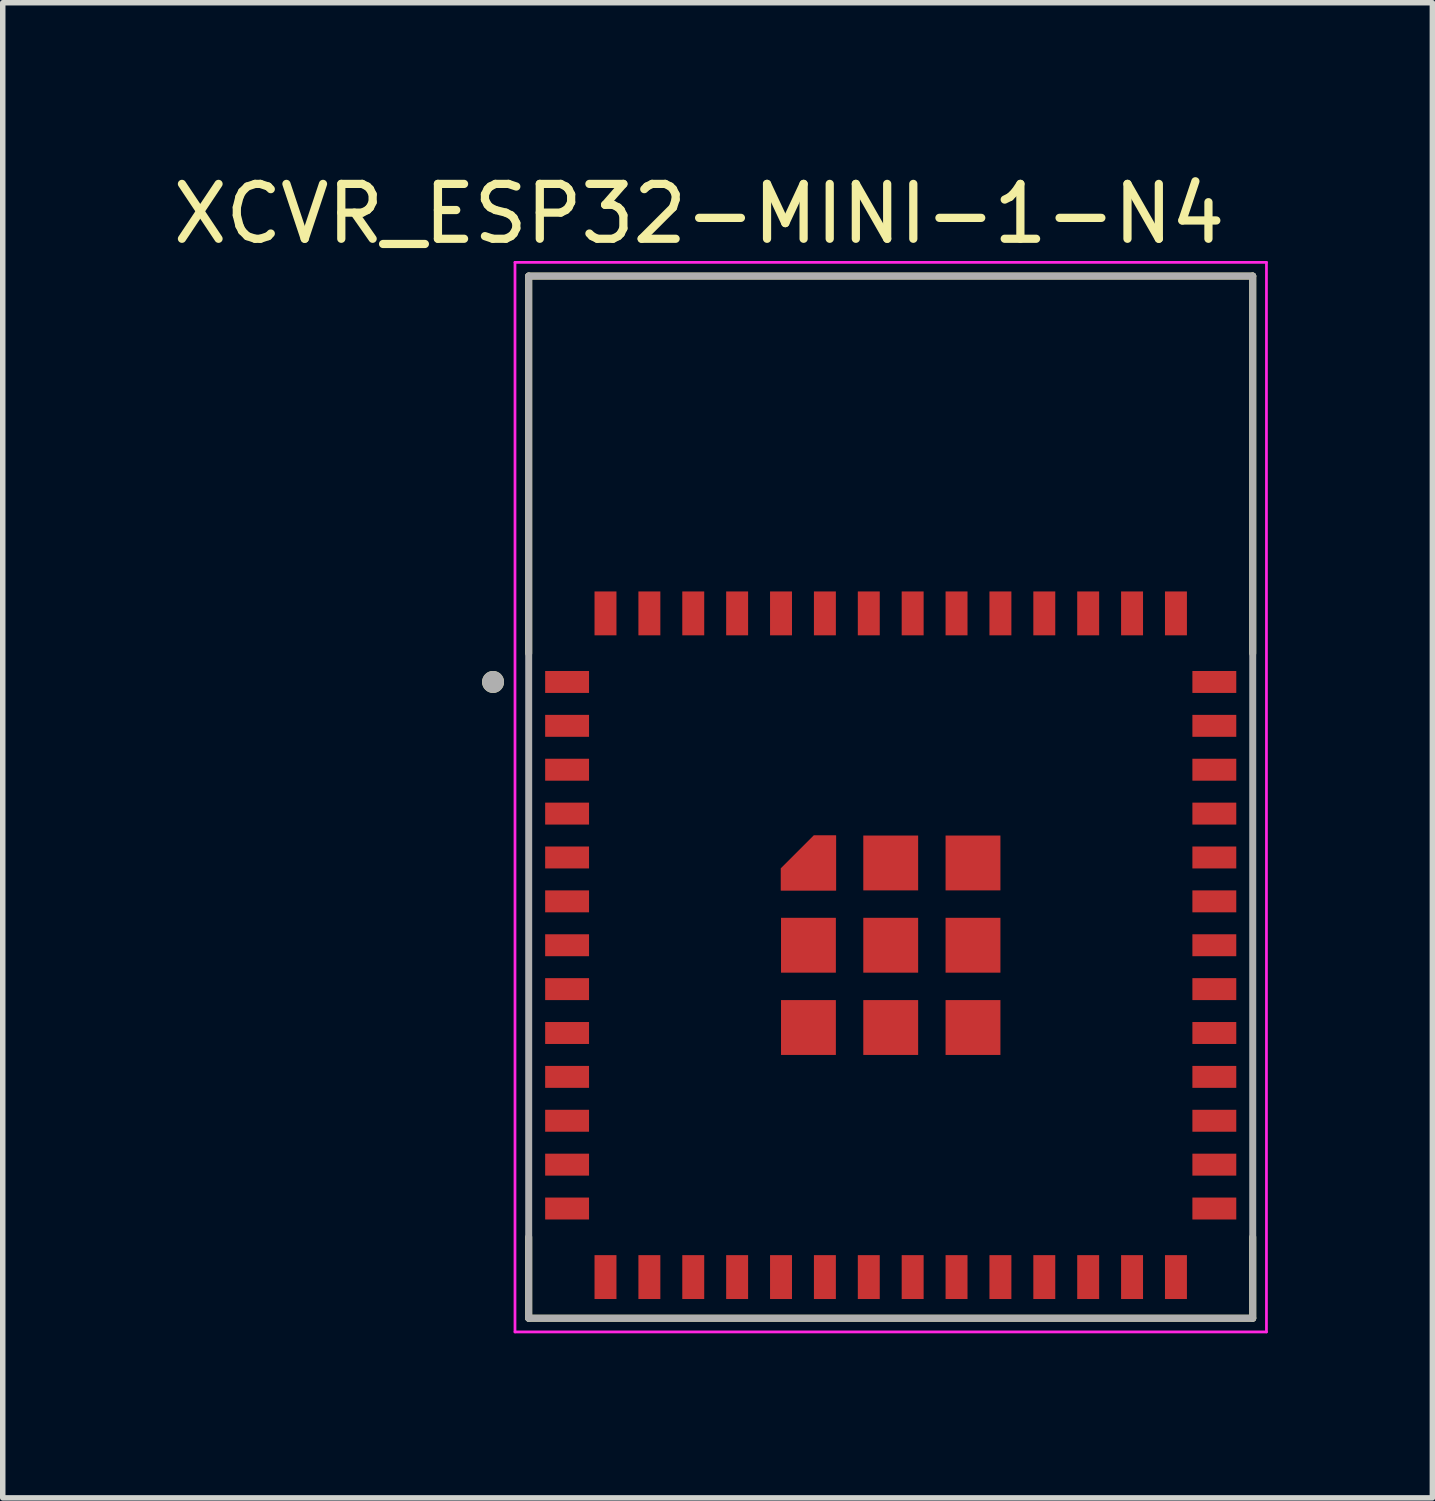
<source format=kicad_pcb>
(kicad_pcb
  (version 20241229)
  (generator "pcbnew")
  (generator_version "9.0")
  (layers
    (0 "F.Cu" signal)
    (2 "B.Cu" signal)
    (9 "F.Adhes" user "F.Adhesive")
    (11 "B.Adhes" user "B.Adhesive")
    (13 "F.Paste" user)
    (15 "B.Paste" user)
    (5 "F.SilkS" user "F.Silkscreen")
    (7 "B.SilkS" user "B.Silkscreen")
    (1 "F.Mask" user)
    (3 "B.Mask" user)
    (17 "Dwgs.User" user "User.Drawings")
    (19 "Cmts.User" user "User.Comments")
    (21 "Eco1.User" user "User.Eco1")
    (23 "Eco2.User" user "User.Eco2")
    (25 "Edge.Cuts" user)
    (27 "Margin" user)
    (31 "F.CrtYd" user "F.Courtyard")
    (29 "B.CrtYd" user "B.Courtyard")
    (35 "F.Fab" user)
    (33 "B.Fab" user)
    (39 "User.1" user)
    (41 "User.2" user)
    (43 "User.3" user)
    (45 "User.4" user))
  (footprint "XCVR_ESP32-MINI-1-N4"
    (layer "F.Cu")
    (at 13.189 14.183)
    (property "Reference" "XCVR_ESP32-MINI-1-N4" (at -3.493 -13.335 0) (layer "F.SilkS") (effects (font (size 1 1) (thickness 0.15))))
    (attr smd)
    (fp_poly (pts (xy -2.1 -0.9) (xy -0.9 -0.9) (xy -0.9 -2.1) (xy -1.45 -2.1) (xy -2.1 -1.45)) (stroke (width 0.01) (type solid)) (fill yes) (layer "F.Mask"))
    (fp_line (start -6.6 -12.2) (end -6.6 -5.32) (stroke (width 0.127) (type solid)) (layer "F.SilkS"))
    (fp_line (start -6.6 6.8) (end -6.6 5.32) (stroke (width 0.127) (type solid)) (layer "F.SilkS"))
    (fp_line (start -6.6 6.8) (end 6.6 6.8) (stroke (width 0.127) (type solid)) (layer "F.SilkS"))
    (fp_line (start 6.6 -12.2) (end -6.6 -12.2) (stroke (width 0.127) (type solid)) (layer "F.SilkS"))
    (fp_line (start 6.6 -5.32) (end 6.6 -12.2) (stroke (width 0.127) (type solid)) (layer "F.SilkS"))
    (fp_line (start 6.6 6.8) (end 6.6 5.32) (stroke (width 0.127) (type solid)) (layer "F.SilkS"))
    (fp_circle (center -7.25 -4.8) (end -7.15 -4.8) (stroke (width 0.2) (type solid)) (fill no) (layer "F.SilkS"))
    (fp_poly (pts (xy -2 -1) (xy -1 -1) (xy -1 -1.02) (xy -1 -2) (xy -1.4 -2) (xy -2 -1.4)) (stroke (width 0.01) (type solid)) (fill yes) (layer "F.Paste"))
    (fp_line (start -6.85 -12.45) (end -6.85 7.05) (stroke (width 0.05) (type solid)) (layer "F.CrtYd"))
    (fp_line (start -6.85 7.05) (end 6.85 7.05) (stroke (width 0.05) (type solid)) (layer "F.CrtYd"))
    (fp_line (start 6.85 -12.45) (end -6.85 -12.45) (stroke (width 0.05) (type solid)) (layer "F.CrtYd"))
    (fp_line (start 6.85 7.05) (end 6.85 -12.45) (stroke (width 0.05) (type solid)) (layer "F.CrtYd"))
    (fp_line (start -6.6 -12.2) (end -6.6 6.8) (stroke (width 0.127) (type solid)) (layer "F.Fab"))
    (fp_line (start -6.6 6.8) (end 6.6 6.8) (stroke (width 0.127) (type solid)) (layer "F.Fab"))
    (fp_line (start 6.6 -12.2) (end -6.6 -12.2) (stroke (width 0.127) (type solid)) (layer "F.Fab"))
    (fp_line (start 6.6 6.8) (end 6.6 -12.2) (stroke (width 0.127) (type solid)) (layer "F.Fab"))
    (fp_circle (center -7.25 -4.8) (end -7.15 -4.8) (stroke (width 0.2) (type solid)) (fill no) (layer "F.Fab"))
    (pad "1" smd rect (at -5.9 -4.8) (size 0.8 0.4) (layers "F.Cu" "F.Mask" "F.Paste"))
    (pad "2" smd rect (at -5.9 -4) (size 0.8 0.4) (layers "F.Cu" "F.Mask" "F.Paste"))
    (pad "3" smd rect (at -5.9 -3.2) (size 0.8 0.4) (layers "F.Cu" "F.Mask" "F.Paste"))
    (pad "4" smd rect (at -5.9 -2.4) (size 0.8 0.4) (layers "F.Cu" "F.Mask" "F.Paste"))
    (pad "5" smd rect (at -5.9 -1.6) (size 0.8 0.4) (layers "F.Cu" "F.Mask" "F.Paste"))
    (pad "6" smd rect (at -5.9 -0.8) (size 0.8 0.4) (layers "F.Cu" "F.Mask" "F.Paste"))
    (pad "7" smd rect (at -5.9 0) (size 0.8 0.4) (layers "F.Cu" "F.Mask" "F.Paste"))
    (pad "8" smd rect (at -5.9 0.8) (size 0.8 0.4) (layers "F.Cu" "F.Mask" "F.Paste"))
    (pad "9" smd rect (at -5.9 1.6) (size 0.8 0.4) (layers "F.Cu" "F.Mask" "F.Paste"))
    (pad "10" smd rect (at -5.9 2.4) (size 0.8 0.4) (layers "F.Cu" "F.Mask" "F.Paste"))
    (pad "11" smd rect (at -5.9 3.2) (size 0.8 0.4) (layers "F.Cu" "F.Mask" "F.Paste"))
    (pad "12" smd rect (at -5.9 4) (size 0.8 0.4) (layers "F.Cu" "F.Mask" "F.Paste"))
    (pad "13" smd rect (at -5.9 4.8) (size 0.8 0.4) (layers "F.Cu" "F.Mask" "F.Paste"))
    (pad "14" smd rect (at -5.2 6.05) (size 0.4 0.8) (layers "F.Cu" "F.Mask" "F.Paste"))
    (pad "15" smd rect (at -4.4 6.05) (size 0.4 0.8) (layers "F.Cu" "F.Mask" "F.Paste"))
    (pad "16" smd rect (at -3.6 6.05) (size 0.4 0.8) (layers "F.Cu" "F.Mask" "F.Paste"))
    (pad "17" smd rect (at -2.8 6.05) (size 0.4 0.8) (layers "F.Cu" "F.Mask" "F.Paste"))
    (pad "18" smd rect (at -2 6.05) (size 0.4 0.8) (layers "F.Cu" "F.Mask" "F.Paste"))
    (pad "19" smd rect (at -1.2 6.05) (size 0.4 0.8) (layers "F.Cu" "F.Mask" "F.Paste"))
    (pad "20" smd rect (at -0.4 6.05) (size 0.4 0.8) (layers "F.Cu" "F.Mask" "F.Paste"))
    (pad "21" smd rect (at 0.4 6.05) (size 0.4 0.8) (layers "F.Cu" "F.Mask" "F.Paste"))
    (pad "22" smd rect (at 1.2 6.05) (size 0.4 0.8) (layers "F.Cu" "F.Mask" "F.Paste"))
    (pad "23" smd rect (at 2 6.05) (size 0.4 0.8) (layers "F.Cu" "F.Mask" "F.Paste"))
    (pad "24" smd rect (at 2.8 6.05) (size 0.4 0.8) (layers "F.Cu" "F.Mask" "F.Paste"))
    (pad "25" smd rect (at 3.6 6.05) (size 0.4 0.8) (layers "F.Cu" "F.Mask" "F.Paste"))
    (pad "26" smd rect (at 4.4 6.05) (size 0.4 0.8) (layers "F.Cu" "F.Mask" "F.Paste"))
    (pad "27" smd rect (at 5.2 6.05) (size 0.4 0.8) (layers "F.Cu" "F.Mask" "F.Paste"))
    (pad "28" smd rect (at 5.9 4.8) (size 0.8 0.4) (layers "F.Cu" "F.Mask" "F.Paste"))
    (pad "29" smd rect (at 5.9 4) (size 0.8 0.4) (layers "F.Cu" "F.Mask" "F.Paste"))
    (pad "30" smd rect (at 5.9 3.2) (size 0.8 0.4) (layers "F.Cu" "F.Mask" "F.Paste"))
    (pad "31" smd rect (at 5.9 2.4) (size 0.8 0.4) (layers "F.Cu" "F.Mask" "F.Paste"))
    (pad "32" smd rect (at 5.9 1.6) (size 0.8 0.4) (layers "F.Cu" "F.Mask" "F.Paste"))
    (pad "33" smd rect (at 5.9 0.8) (size 0.8 0.4) (layers "F.Cu" "F.Mask" "F.Paste"))
    (pad "34" smd rect (at 5.9 0) (size 0.8 0.4) (layers "F.Cu" "F.Mask" "F.Paste"))
    (pad "35" smd rect (at 5.9 -0.8) (size 0.8 0.4) (layers "F.Cu" "F.Mask" "F.Paste"))
    (pad "36" smd rect (at 5.9 -1.6) (size 0.8 0.4) (layers "F.Cu" "F.Mask" "F.Paste"))
    (pad "37" smd rect (at 5.9 -2.4) (size 0.8 0.4) (layers "F.Cu" "F.Mask" "F.Paste"))
    (pad "38" smd rect (at 5.9 -3.2) (size 0.8 0.4) (layers "F.Cu" "F.Mask" "F.Paste"))
    (pad "39" smd rect (at 5.9 -4) (size 0.8 0.4) (layers "F.Cu" "F.Mask" "F.Paste"))
    (pad "40" smd rect (at 5.9 -4.8) (size 0.8 0.4) (layers "F.Cu" "F.Mask" "F.Paste"))
    (pad "41" smd rect (at 5.2 -6.05) (size 0.4 0.8) (layers "F.Cu" "F.Mask" "F.Paste"))
    (pad "42" smd rect (at 4.4 -6.05) (size 0.4 0.8) (layers "F.Cu" "F.Mask" "F.Paste"))
    (pad "43" smd rect (at 3.6 -6.05) (size 0.4 0.8) (layers "F.Cu" "F.Mask" "F.Paste"))
    (pad "44" smd rect (at 2.8 -6.05) (size 0.4 0.8) (layers "F.Cu" "F.Mask" "F.Paste"))
    (pad "45" smd rect (at 2 -6.05) (size 0.4 0.8) (layers "F.Cu" "F.Mask" "F.Paste"))
    (pad "46" smd rect (at 1.2 -6.05) (size 0.4 0.8) (layers "F.Cu" "F.Mask" "F.Paste"))
    (pad "47" smd rect (at 0.4 -6.05) (size 0.4 0.8) (layers "F.Cu" "F.Mask" "F.Paste"))
    (pad "48" smd rect (at -0.4 -6.05) (size 0.4 0.8) (layers "F.Cu" "F.Mask" "F.Paste"))
    (pad "49" smd rect (at -1.2 -6.05) (size 0.4 0.8) (layers "F.Cu" "F.Mask" "F.Paste"))
    (pad "50" smd rect (at -2 -6.05) (size 0.4 0.8) (layers "F.Cu" "F.Mask" "F.Paste"))
    (pad "51" smd rect (at -2.8 -6.05) (size 0.4 0.8) (layers "F.Cu" "F.Mask" "F.Paste"))
    (pad "52" smd rect (at -3.6 -6.05) (size 0.4 0.8) (layers "F.Cu" "F.Mask" "F.Paste"))
    (pad "53" smd rect (at -4.4 -6.05) (size 0.4 0.8) (layers "F.Cu" "F.Mask" "F.Paste"))
    (pad "54" smd rect (at -5.2 -6.05) (size 0.4 0.8) (layers "F.Cu" "F.Mask" "F.Paste"))
    (pad "55" smd custom (at -1.5 -1.5) (size 0.25 0.25) (layers "F.Cu") (options (anchor rect)) (primitives (gr_poly (pts (xy 0.5 -0.5) (xy 0.1 -0.5) (xy -0.5 0.1) (xy -0.5 0.5) (xy -0.33 0.5) (xy 0.5 0.5)) (width 0.01) (fill yes))))
    (pad "55" smd rect (at -1.5 0) (size 1 1) (layers "F.Cu" "F.Mask" "F.Paste"))
    (pad "55" smd rect (at -1.5 1.5) (size 1 1) (layers "F.Cu" "F.Mask" "F.Paste"))
    (pad "55" smd rect (at 0 -1.5) (size 1 1) (layers "F.Cu" "F.Mask" "F.Paste"))
    (pad "55" smd rect (at 0 0) (size 1 1) (layers "F.Cu" "F.Mask" "F.Paste"))
    (pad "55" smd rect (at 0 1.5) (size 1 1) (layers "F.Cu" "F.Mask" "F.Paste"))
    (pad "55" smd rect (at 1.5 -1.5) (size 1 1) (layers "F.Cu" "F.Mask" "F.Paste"))
    (pad "55" smd rect (at 1.5 0) (size 1 1) (layers "F.Cu" "F.Mask" "F.Paste"))
    (pad "55" smd rect (at 1.5 1.5) (size 1 1) (layers "F.Cu" "F.Mask" "F.Paste"))
    (zone (net_name "") (layer "F.Cu") (hatch full 0.508) (connect_pads) (min_thickness 0.01) (filled_areas_thickness no) (keepout (tracks not_allowed) (vias not_allowed) (pads not_allowed) (copperpour not_allowed) (footprints allowed)) (placement (enabled no)) (fill) (polygon (pts (xy 6.589 1.983) (xy 19.789 1.983) (xy 19.789 7.383) (xy 6.589 7.383))))
    (zone (net_name "") (layers "F.Cu" "B.Cu") (hatch full 0.508) (connect_pads) (min_thickness 0.01) (filled_areas_thickness no) (keepout (tracks allowed) (vias not_allowed) (pads allowed) (copperpour allowed) (footprints allowed)) (placement (enabled no)) (fill) (polygon (pts (xy 6.589 1.983) (xy 19.789 1.983) (xy 19.789 7.383) (xy 6.589 7.383)))))
  (gr_rect
    (start -3 -3)
    (end 23.064 24.258)
    (stroke (width 0.1) (type default))
    (fill no)
    (layer "Edge.Cuts")))
</source>
